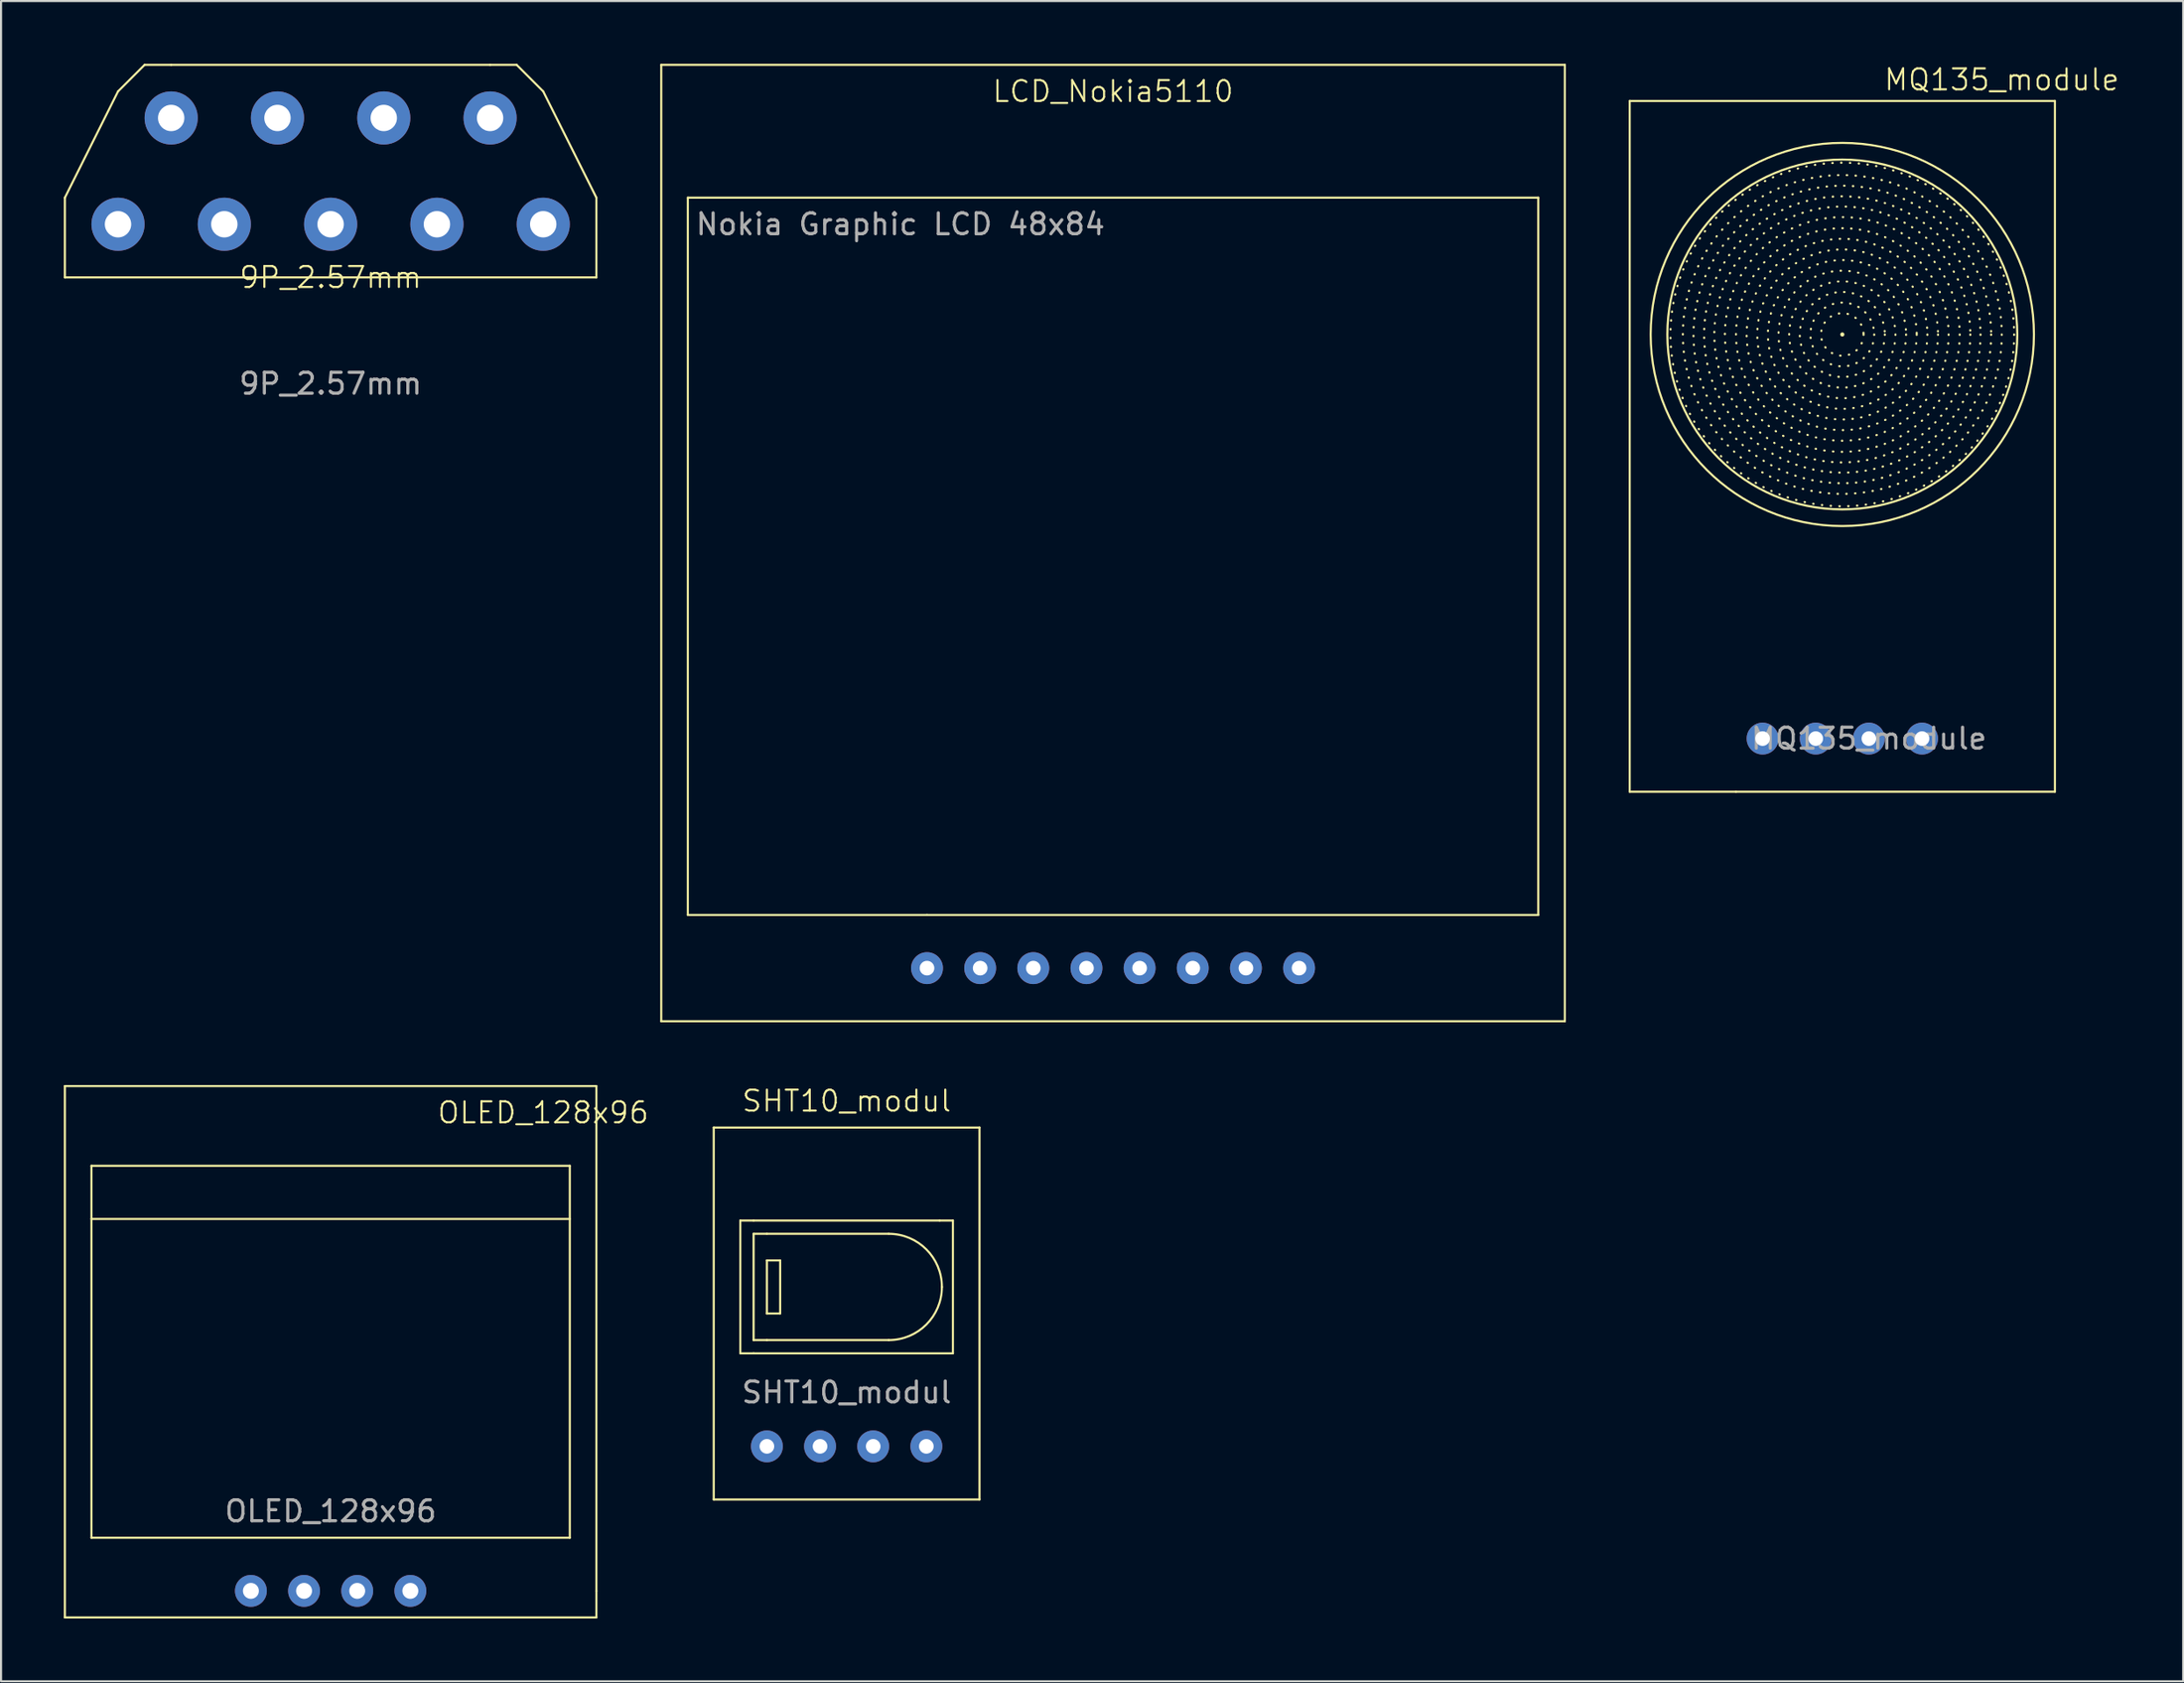
<source format=kicad_pcb>
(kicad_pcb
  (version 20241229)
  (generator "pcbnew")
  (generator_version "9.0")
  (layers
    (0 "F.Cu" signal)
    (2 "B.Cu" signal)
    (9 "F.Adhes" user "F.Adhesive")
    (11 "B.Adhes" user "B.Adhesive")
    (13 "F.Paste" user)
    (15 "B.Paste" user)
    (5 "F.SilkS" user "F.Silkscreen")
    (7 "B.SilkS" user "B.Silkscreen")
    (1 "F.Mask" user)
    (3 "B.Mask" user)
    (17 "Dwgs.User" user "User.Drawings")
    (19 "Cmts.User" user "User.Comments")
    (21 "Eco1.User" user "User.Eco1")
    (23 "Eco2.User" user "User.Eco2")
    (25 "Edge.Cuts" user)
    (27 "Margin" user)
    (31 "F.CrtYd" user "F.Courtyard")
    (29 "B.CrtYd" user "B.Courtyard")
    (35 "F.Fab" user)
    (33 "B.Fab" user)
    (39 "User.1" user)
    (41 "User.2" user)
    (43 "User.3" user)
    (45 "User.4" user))
  (footprint "OLED_128x96"
    (layer "F.Cu")
    (at 12.75 60.3)
    (property "Reference" "OLED_128x96" (at 10.16 -10.16 0) (unlocked yes) (layer "F.SilkS") (effects (font (size 1 1) (thickness 0.1))))
    (attr through_hole)
    (fp_line (start -12.7 -11.43) (end 12.7 -11.43) (stroke (width 0.1) (type default)) (layer "F.SilkS"))
    (fp_line (start -12.7 13.97) (end -12.7 -11.43) (stroke (width 0.1) (type default)) (layer "F.SilkS"))
    (fp_line (start -11.43 -7.62) (end -11.43 10.16) (stroke (width 0.1) (type default)) (layer "F.SilkS"))
    (fp_line (start -11.43 -5.08) (end 11.43 -5.08) (stroke (width 0.1) (type default)) (layer "F.SilkS"))
    (fp_line (start -11.43 10.16) (end 11.43 10.16) (stroke (width 0.1) (type default)) (layer "F.SilkS"))
    (fp_line (start 11.43 -7.62) (end -11.43 -7.62) (stroke (width 0.1) (type default)) (layer "F.SilkS"))
    (fp_line (start 11.43 10.16) (end 11.43 -7.62) (stroke (width 0.1) (type default)) (layer "F.SilkS"))
    (fp_line (start 12.7 -11.43) (end 12.7 12.7) (stroke (width 0.1) (type default)) (layer "F.SilkS"))
    (fp_line (start 12.7 12.7) (end 12.7 13.97) (stroke (width 0.1) (type default)) (layer "F.SilkS"))
    (fp_line (start 12.7 13.97) (end -12.7 13.97) (stroke (width 0.1) (type default)) (layer "F.SilkS"))
    (fp_text user "${REFERENCE}" (at 0 8.89 0) (unlocked yes) (layer "F.Fab") (effects (font (size 1 1) (thickness 0.15))))
    (pad "1" thru_hole circle (at -3.81 12.7) (size 1.524 1.524) (drill 0.762) (layers "*.Cu" "*.Mask"))
    (pad "2" thru_hole circle (at -1.27 12.7) (size 1.524 1.524) (drill 0.762) (layers "*.Cu" "*.Mask"))
    (pad "3" thru_hole circle (at 1.27 12.7) (size 1.524 1.524) (drill 0.762) (layers "*.Cu" "*.Mask"))
    (pad "4" thru_hole circle (at 3.81 12.7) (size 1.524 1.524) (drill 0.762) (layers "*.Cu" "*.Mask")))
  (footprint "LCD_Nokia5110"
    (layer "F.Cu")
    (at 50.14 22.91)
    (property "Reference" "LCD_Nokia5110" (at 0 -21.59 0) (unlocked yes) (layer "F.SilkS") (effects (font (size 1 1) (thickness 0.1))))
    (attr through_hole)
    (fp_line (start -21.59 -22.86) (end -21.59 22.86) (stroke (width 0.1) (type default)) (layer "F.SilkS"))
    (fp_line (start -21.59 22.86) (end 21.59 22.86) (stroke (width 0.1) (type default)) (layer "F.SilkS"))
    (fp_line (start -20.32 -16.51) (end -20.32 17.78) (stroke (width 0.1) (type default)) (layer "F.SilkS"))
    (fp_line (start -20.32 17.78) (end -8.89 17.78) (stroke (width 0.1) (type default)) (layer "F.SilkS"))
    (fp_line (start -8.89 17.78) (end 20.32 17.78) (stroke (width 0.1) (type default)) (layer "F.SilkS"))
    (fp_line (start 20.32 -16.51) (end -20.32 -16.51) (stroke (width 0.1) (type default)) (layer "F.SilkS"))
    (fp_line (start 20.32 17.78) (end 20.32 -16.51) (stroke (width 0.1) (type default)) (layer "F.SilkS"))
    (fp_line (start 21.59 -22.86) (end -21.59 -22.86) (stroke (width 0.1) (type default)) (layer "F.SilkS"))
    (fp_line (start 21.59 22.86) (end 21.59 -22.86) (stroke (width 0.1) (type default)) (layer "F.SilkS"))
    (fp_text user "Nokia Graphic LCD 48x84" (at -10.16 -15.24 0) (unlocked yes) (layer "F.Fab") (effects (font (size 1 1) (thickness 0.15))))
    (pad "1" thru_hole circle (at -8.89 20.32) (size 1.524 1.524) (drill 0.7) (layers "*.Cu" "*.Mask"))
    (pad "2" thru_hole circle (at -6.35 20.32) (size 1.524 1.524) (drill 0.7) (layers "*.Cu" "*.Mask"))
    (pad "3" thru_hole circle (at -3.81 20.32) (size 1.524 1.524) (drill 0.7) (layers "*.Cu" "*.Mask"))
    (pad "4" thru_hole circle (at -1.27 20.32) (size 1.524 1.524) (drill 0.7) (layers "*.Cu" "*.Mask"))
    (pad "5" thru_hole circle (at 1.27 20.32) (size 1.524 1.524) (drill 0.7) (layers "*.Cu" "*.Mask"))
    (pad "6" thru_hole circle (at 3.81 20.32) (size 1.524 1.524) (drill 0.7) (layers "*.Cu" "*.Mask"))
    (pad "7" thru_hole circle (at 6.35 20.32) (size 1.524 1.524) (drill 0.7) (layers "*.Cu" "*.Mask"))
    (pad "8" thru_hole circle (at 8.89 20.32) (size 1.524 1.524) (drill 0.7) (layers "*.Cu" "*.Mask")))
  (footprint "SHT10_modul"
    (layer "F.Cu")
    (at 37.408 61.011)
    (property "Reference" "SHT10_modul" (at 0 -11.43 0) (unlocked yes) (layer "F.SilkS") (effects (font (size 1 1) (thickness 0.1))))
    (attr through_hole)
    (fp_line (start -6.35 -10.16) (end -6.35 7.62) (stroke (width 0.1) (type default)) (layer "F.SilkS"))
    (fp_line (start -6.35 7.62) (end 6.35 7.62) (stroke (width 0.1) (type default)) (layer "F.SilkS"))
    (fp_line (start -5.08 -5.715) (end -4.445 -5.715) (stroke (width 0.1) (type default)) (layer "F.SilkS"))
    (fp_line (start -5.08 0.635) (end -5.08 -5.715) (stroke (width 0.1) (type default)) (layer "F.SilkS"))
    (fp_line (start -4.445 -5.715) (end 4.445 -5.715) (stroke (width 0.1) (type default)) (layer "F.SilkS"))
    (fp_line (start -4.445 -5.08) (end -4.445 0) (stroke (width 0.1) (type default)) (layer "F.SilkS"))
    (fp_line (start -4.445 -5.08) (end -3.81 -5.08) (stroke (width 0.1) (type default)) (layer "F.SilkS"))
    (fp_line (start -4.445 0.635) (end -5.08 0.635) (stroke (width 0.1) (type default)) (layer "F.SilkS"))
    (fp_line (start -3.81 -3.81) (end -3.81 -1.27) (stroke (width 0.1) (type default)) (layer "F.SilkS"))
    (fp_line (start -3.81 -1.27) (end -3.175 -1.27) (stroke (width 0.1) (type default)) (layer "F.SilkS"))
    (fp_line (start -3.81 0) (end -4.445 0) (stroke (width 0.1) (type default)) (layer "F.SilkS"))
    (fp_line (start -3.81 0) (end 2.014 0) (stroke (width 0.1) (type default)) (layer "F.SilkS"))
    (fp_line (start -3.175 -3.81) (end -3.81 -3.81) (stroke (width 0.1) (type default)) (layer "F.SilkS"))
    (fp_line (start -3.175 -1.27) (end -3.175 -3.81) (stroke (width 0.1) (type default)) (layer "F.SilkS"))
    (fp_line (start 2.014 -5.08) (end -3.81 -5.08) (stroke (width 0.1) (type default)) (layer "F.SilkS"))
    (fp_line (start 4.445 -5.715) (end 5.08 -5.715) (stroke (width 0.1) (type default)) (layer "F.SilkS"))
    (fp_line (start 5.08 -5.715) (end 5.08 0.635) (stroke (width 0.1) (type default)) (layer "F.SilkS"))
    (fp_line (start 5.08 0.635) (end -4.445 0.635) (stroke (width 0.1) (type default)) (layer "F.SilkS"))
    (fp_line (start 6.35 -10.16) (end -6.35 -10.16) (stroke (width 0.1) (type default)) (layer "F.SilkS"))
    (fp_line (start 6.35 7.62) (end 6.35 -10.16) (stroke (width 0.1) (type default)) (layer "F.SilkS"))
    (fp_arc (start 2.013949 -5.08) (mid 3.81 -4.336051) (end 4.553949 -2.54) (stroke (width 0.1) (type default)) (layer "F.SilkS"))
    (fp_arc (start 4.553949 -2.54) (mid 3.81 -0.743949) (end 2.013949 0) (stroke (width 0.1) (type default)) (layer "F.SilkS"))
    (fp_text user "${REFERENCE}" (at 0 2.5 0) (unlocked yes) (layer "F.Fab") (effects (font (size 1 1) (thickness 0.15))))
    (pad "1" thru_hole circle (at -3.81 5.08) (size 1.524 1.524) (drill 0.7) (layers "*.Cu" "*.Mask"))
    (pad "2" thru_hole circle (at -1.27 5.08) (size 1.524 1.524) (drill 0.7) (layers "*.Cu" "*.Mask"))
    (pad "3" thru_hole circle (at 1.27 5.08) (size 1.524 1.524) (drill 0.7) (layers "*.Cu" "*.Mask"))
    (pad "4" thru_hole circle (at 3.81 5.08) (size 1.524 1.524) (drill 0.7) (layers "*.Cu" "*.Mask")))
  (footprint "MQ135_module"
    (layer "F.Cu")
    (at 84.99 18.287)
    (property "Reference" "MQ135_module" (at 7.62 -17.526 0) (unlocked yes) (layer "F.SilkS") (effects (font (size 1 1) (thickness 0.1))))
    (attr through_hole)
    (fp_line (start -10.16 -16.51) (end 10.16 -16.51) (stroke (width 0.1) (type default)) (layer "F.SilkS"))
    (fp_line (start -10.16 16.51) (end -10.16 -16.51) (stroke (width 0.1) (type default)) (layer "F.SilkS"))
    (fp_line (start -5.08 16.51) (end -10.16 16.51) (stroke (width 0.1) (type default)) (layer "F.SilkS"))
    (fp_line (start 10.16 -16.51) (end 10.16 16.51) (stroke (width 0.1) (type default)) (layer "F.SilkS"))
    (fp_line (start 10.16 16.51) (end -5.08 16.51) (stroke (width 0.1) (type default)) (layer "F.SilkS"))
    (fp_circle (center 0 -5.348) (end 0 -5.348) (stroke (width 0.1) (type default)) (fill no) (layer "F.SilkS"))
    (fp_circle (center 0 -5.348) (end 1.016 -5.348) (stroke (width 0.1) (type dot)) (fill no) (layer "F.SilkS"))
    (fp_circle (center 0 -5.348) (end 1.524 -5.348) (stroke (width 0.1) (type dot)) (fill no) (layer "F.SilkS"))
    (fp_circle (center 0 -5.348) (end 2.032 -5.348) (stroke (width 0.1) (type dot)) (fill no) (layer "F.SilkS"))
    (fp_circle (center 0 -5.348) (end 2.54 -5.348) (stroke (width 0.1) (type dot)) (fill no) (layer "F.SilkS"))
    (fp_circle (center 0 -5.348) (end 3.048 -5.348) (stroke (width 0.1) (type dot)) (fill no) (layer "F.SilkS"))
    (fp_circle (center 0 -5.348) (end 3.556 -5.348) (stroke (width 0.1) (type dot)) (fill no) (layer "F.SilkS"))
    (fp_circle (center 0 -5.348) (end 4.064 -5.348) (stroke (width 0.1) (type dot)) (fill no) (layer "F.SilkS"))
    (fp_circle (center 0 -5.348) (end 4.572 -5.348) (stroke (width 0.1) (type dot)) (fill no) (layer "F.SilkS"))
    (fp_circle (center 0 -5.348) (end 5.08 -5.348) (stroke (width 0.1) (type dot)) (fill no) (layer "F.SilkS"))
    (fp_circle (center 0 -5.348) (end 5.61 -5.348) (stroke (width 0.1) (type dot)) (fill no) (layer "F.SilkS"))
    (fp_circle (center 0 -5.348) (end 6.116 -5.348) (stroke (width 0.1) (type dot)) (fill no) (layer "F.SilkS"))
    (fp_circle (center 0 -5.348) (end 6.604 -5.348) (stroke (width 0.1) (type dot)) (fill no) (layer "F.SilkS"))
    (fp_circle (center 0 -5.348) (end 7.112 -5.348) (stroke (width 0.1) (type dot)) (fill no) (layer "F.SilkS"))
    (fp_circle (center 0 -5.348) (end 7.62 -1.905) (stroke (width 0.1) (type default)) (fill no) (layer "F.SilkS"))
    (fp_circle (center 0 -5.348) (end 7.62 -0.268) (stroke (width 0.1) (type default)) (fill no) (layer "F.SilkS"))
    (fp_circle (center 0 -5.348) (end 7.62 -5.348) (stroke (width 0.1) (type dot)) (fill no) (layer "F.SilkS"))
    (fp_circle (center 0 -5.348) (end 8.212 -5.348) (stroke (width 0.1) (type dot)) (fill no) (layer "F.SilkS"))
    (fp_text user "${REFERENCE}" (at 1.27 13.97 0) (unlocked yes) (layer "F.Fab") (effects (font (size 1 1) (thickness 0.15))))
    (pad "1" thru_hole circle (at -3.81 13.97) (size 1.524 1.524) (drill 0.7) (layers "*.Cu" "*.Mask"))
    (pad "2" thru_hole circle (at -1.27 13.97) (size 1.524 1.524) (drill 0.7) (layers "*.Cu" "*.Mask"))
    (pad "3" thru_hole circle (at 1.27 13.97) (size 1.524 1.524) (drill 0.7) (layers "*.Cu" "*.Mask"))
    (pad "4" thru_hole circle (at 3.81 13.97) (size 1.524 1.524) (drill 0.7) (layers "*.Cu" "*.Mask")))
  (footprint "9P_2.57mm"
    (layer "F.Cu")
    (at 12.75 7.67)
    (property "Reference" "9P_2.57mm" (at 0 2.54 0) (unlocked yes) (layer "F.SilkS") (effects (font (size 1 1) (thickness 0.1))))
    (attr through_hole)
    (fp_line (start -12.7 2.54) (end -12.7 -1.27) (stroke (width 0.1) (type default)) (layer "F.SilkS"))
    (fp_line (start -10.16 -6.35) (end -12.7 -1.27) (stroke (width 0.1) (type default)) (layer "F.SilkS"))
    (fp_line (start -10.16 -6.35) (end -8.89 -7.62) (stroke (width 0.1) (type default)) (layer "F.SilkS"))
    (fp_line (start -7.62 -7.62) (end -8.89 -7.62) (stroke (width 0.1) (type default)) (layer "F.SilkS"))
    (fp_line (start -7.62 -7.62) (end 7.62 -7.62) (stroke (width 0.1) (type default)) (layer "F.SilkS"))
    (fp_line (start 7.62 -7.62) (end 8.89 -7.62) (stroke (width 0.1) (type default)) (layer "F.SilkS"))
    (fp_line (start 10.16 -6.35) (end 8.89 -7.62) (stroke (width 0.1) (type default)) (layer "F.SilkS"))
    (fp_line (start 10.16 -6.35) (end 12.7 -1.27) (stroke (width 0.1) (type default)) (layer "F.SilkS"))
    (fp_line (start 12.7 2.54) (end -12.7 2.54) (stroke (width 0.1) (type default)) (layer "F.SilkS"))
    (fp_line (start 12.7 2.54) (end 12.7 -1.27) (stroke (width 0.1) (type default)) (layer "F.SilkS"))
    (fp_text user "${REFERENCE}" (at 0 7.62 0) (unlocked yes) (layer "F.Fab") (effects (font (size 1 1) (thickness 0.15))))
    (pad "1" thru_hole circle (at -7.62 -5.08) (size 2.54 2.54) (drill 1.26) (layers "*.Cu" "*.Mask"))
    (pad "2" thru_hole circle (at -2.54 -5.08) (size 2.54 2.54) (drill 1.26) (layers "*.Cu" "*.Mask"))
    (pad "3" thru_hole circle (at 2.54 -5.08) (size 2.54 2.54) (drill 1.26) (layers "*.Cu" "*.Mask"))
    (pad "4" thru_hole circle (at 7.62 -5.08) (size 2.54 2.54) (drill 1.26) (layers "*.Cu" "*.Mask"))
    (pad "5" thru_hole circle (at 10.16 0) (size 2.54 2.54) (drill 1.26) (layers "*.Cu" "*.Mask"))
    (pad "6" thru_hole circle (at 5.08 0) (size 2.54 2.54) (drill 1.26) (layers "*.Cu" "*.Mask"))
    (pad "7" thru_hole circle (at 0 0) (size 2.54 2.54) (drill 1.26) (layers "*.Cu" "*.Mask"))
    (pad "8" thru_hole circle (at -5.08 0) (size 2.54 2.54) (drill 1.26) (layers "*.Cu" "*.Mask"))
    (pad "9" thru_hole circle (at -10.16 0) (size 2.54 2.54) (drill 1.26) (layers "*.Cu" "*.Mask")))
  (gr_rect
    (start -3 -3)
    (end 101.279 77.32)
    (stroke (width 0.1) (type default))
    (fill no)
    (layer "Edge.Cuts")))
</source>
